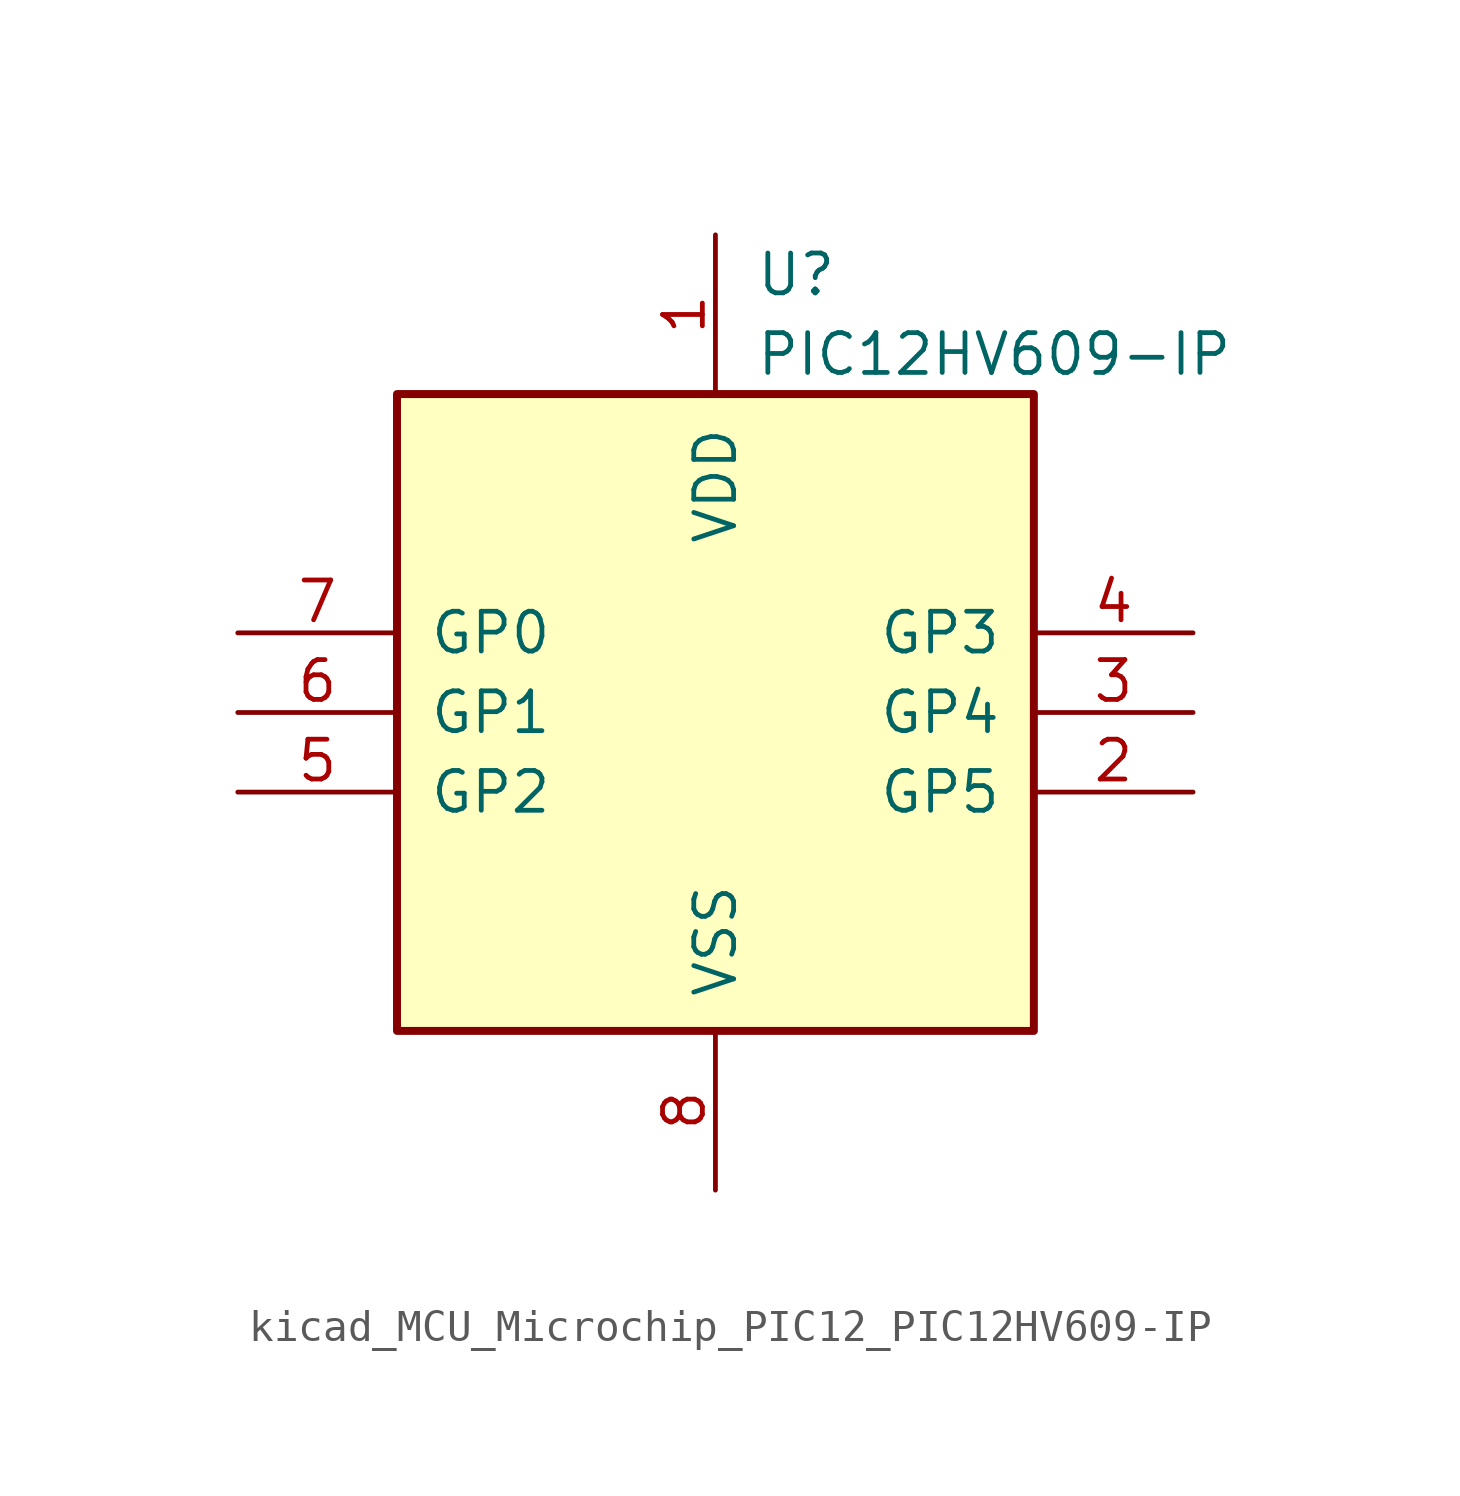
<source format=kicad_sym>
(kicad_symbol_lib
  (version 20220914)
  (generator kicad_symbol_editor)
  (symbol "kicad_MCU_Microchip_PIC12_PIC12HV609-IP"
    (pin_names
      (offset 1.016))
    (property "Reference" "U"
      (at 1.27 13.97 0)
      (effects (font (size 1.27 1.27)) (justify left)))
    (property "Value" "PIC12HV609-IP"
      (at 1.27 11.43 0)
      (effects (font (size 1.27 1.27)) (justify left)))
    (symbol "kicad_MCU_Microchip_PIC12_PIC12HV609-IP_0_1"
      (rectangle (start 10.16 -10.16) (end -10.16 10.16) (stroke (width 0.254) (type default)) (fill (type background))))
    (symbol "kicad_MCU_Microchip_PIC12_PIC12HV609-IP_1_1"
      (pin power_in line (at 0 15.24 270) (length 5.08) (name "VDD" (effects (font (size 1.27 1.27)))) (number "1" (effects (font (size 1.27 1.27)))))
      (pin bidirectional line (at 15.24 -2.54 180) (length 5.08) (name "GP5" (effects (font (size 1.27 1.27)))) (number "2" (effects (font (size 1.27 1.27)))))
      (pin bidirectional line (at 15.24 0 180) (length 5.08) (name "GP4" (effects (font (size 1.27 1.27)))) (number "3" (effects (font (size 1.27 1.27)))))
      (pin input line (at 15.24 2.54 180) (length 5.08) (name "GP3" (effects (font (size 1.27 1.27)))) (number "4" (effects (font (size 1.27 1.27)))))
      (pin bidirectional line (at -15.24 -2.54 0) (length 5.08) (name "GP2" (effects (font (size 1.27 1.27)))) (number "5" (effects (font (size 1.27 1.27)))))
      (pin bidirectional line (at -15.24 0 0) (length 5.08) (name "GP1" (effects (font (size 1.27 1.27)))) (number "6" (effects (font (size 1.27 1.27)))))
      (pin bidirectional line (at -15.24 2.54 0) (length 5.08) (name "GP0" (effects (font (size 1.27 1.27)))) (number "7" (effects (font (size 1.27 1.27)))))
      (pin power_in line (at 0 -15.24 90) (length 5.08) (name "VSS" (effects (font (size 1.27 1.27)))) (number "8" (effects (font (size 1.27 1.27))))))))
</source>
